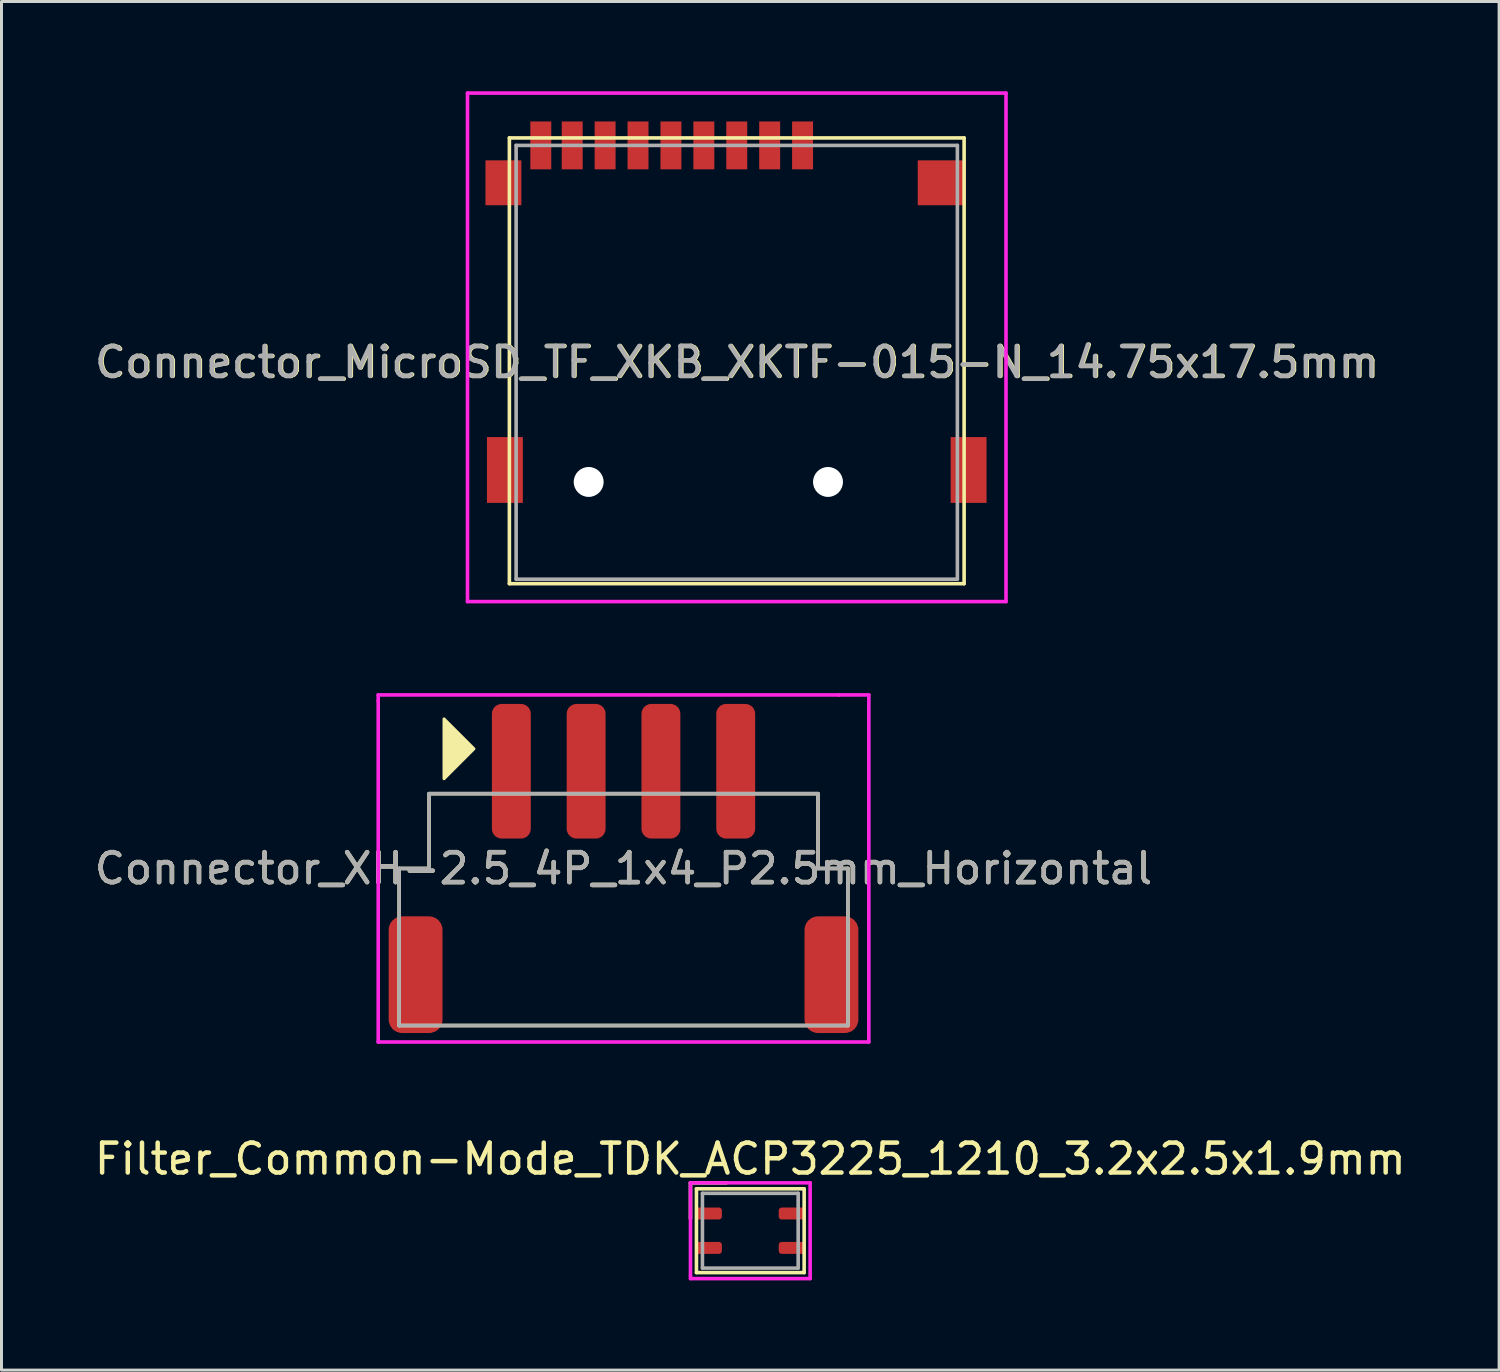
<source format=kicad_pcb>
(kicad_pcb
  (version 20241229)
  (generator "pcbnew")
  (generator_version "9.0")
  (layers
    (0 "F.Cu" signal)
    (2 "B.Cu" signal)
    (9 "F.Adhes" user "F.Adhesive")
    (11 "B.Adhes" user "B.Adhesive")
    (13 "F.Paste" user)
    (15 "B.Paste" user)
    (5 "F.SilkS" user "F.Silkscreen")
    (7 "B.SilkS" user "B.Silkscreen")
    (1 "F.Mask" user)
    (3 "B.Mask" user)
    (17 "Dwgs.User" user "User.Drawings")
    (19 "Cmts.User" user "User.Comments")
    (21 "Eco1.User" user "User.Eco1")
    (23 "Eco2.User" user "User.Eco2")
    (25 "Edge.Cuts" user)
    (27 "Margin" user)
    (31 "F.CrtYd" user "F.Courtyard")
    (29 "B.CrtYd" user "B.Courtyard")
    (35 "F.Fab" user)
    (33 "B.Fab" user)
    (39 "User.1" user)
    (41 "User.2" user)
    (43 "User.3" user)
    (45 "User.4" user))
  (footprint "Connector_MicroSD_TF_XKB_XKTF-015-N_14.75x17.5mm"
    (layer "F.Cu")
    (at 21.577 9.06)
    (property "Reference" "Connector_MicroSD_TF_XKB_XKTF-015-N_14.75x17.5mm" (at 0.03 0 0) (layer "F.SilkS") (effects (font (size 1 1) (thickness 0.15))))
    (attr through_hole)
    (fp_line (start -7.6 -7.5) (end 7.6 -7.5) (stroke (width 0.12) (type solid)) (layer "F.SilkS"))
    (fp_line (start -7.6 7.4) (end -7.6 -7.5) (stroke (width 0.12) (type solid)) (layer "F.SilkS"))
    (fp_line (start 7.6 -7.5) (end 7.6 7.4) (stroke (width 0.12) (type solid)) (layer "F.SilkS"))
    (fp_line (start 7.6 7.4) (end -7.6 7.4) (stroke (width 0.12) (type solid)) (layer "F.SilkS"))
    (fp_line (start -9 -9) (end -9 8) (stroke (width 0.12) (type solid)) (layer "F.CrtYd"))
    (fp_line (start -9 8) (end 9 8) (stroke (width 0.12) (type solid)) (layer "F.CrtYd"))
    (fp_line (start 9 -9) (end -9 -9) (stroke (width 0.12) (type solid)) (layer "F.CrtYd"))
    (fp_line (start 9 8) (end 9 -9) (stroke (width 0.12) (type solid)) (layer "F.CrtYd"))
    (fp_line (start -7.375 -7.25) (end 7.375 -7.25) (stroke (width 0.12) (type solid)) (layer "F.Fab"))
    (fp_line (start -7.375 7.25) (end -7.375 -7.25) (stroke (width 0.12) (type solid)) (layer "F.Fab"))
    (fp_line (start 7.375 -7.25) (end 7.375 7.25) (stroke (width 0.12) (type solid)) (layer "F.Fab"))
    (fp_line (start 7.375 7.25) (end -7.375 7.25) (stroke (width 0.12) (type solid)) (layer "F.Fab"))
    (fp_text user "${REFERENCE}" (at 0 0 0) (layer "F.Fab") (effects (font (size 1 1) (thickness 0.15))))
    (pad "" np_thru_hole circle (at -4.95 4) (size 1 1) (drill 1) (layers "*.Cu" "*.Mask"))
    (pad "" np_thru_hole circle (at 3.05 4) (size 1 1) (drill 1) (layers "*.Cu" "*.Mask"))
    (pad "1" smd rect (at 2.2 -7.25) (size 0.7 1.6) (layers "F.Cu" "F.Mask" "F.Paste"))
    (pad "2" smd rect (at 1.1 -7.25) (size 0.7 1.6) (layers "F.Cu" "F.Mask" "F.Paste"))
    (pad "3" smd rect (at 0 -7.25) (size 0.7 1.6) (layers "F.Cu" "F.Mask" "F.Paste"))
    (pad "4" smd rect (at -1.1 -7.25) (size 0.7 1.6) (layers "F.Cu" "F.Mask" "F.Paste"))
    (pad "5" smd rect (at -2.2 -7.25) (size 0.7 1.6) (layers "F.Cu" "F.Mask" "F.Paste"))
    (pad "6" smd rect (at -3.3 -7.25) (size 0.7 1.6) (layers "F.Cu" "F.Mask" "F.Paste"))
    (pad "7" smd rect (at -4.4 -7.25) (size 0.7 1.6) (layers "F.Cu" "F.Mask" "F.Paste"))
    (pad "8" smd rect (at -5.5 -7.25) (size 0.7 1.6) (layers "F.Cu" "F.Mask" "F.Paste"))
    (pad "9" smd rect (at -6.55 -7.25) (size 0.7 1.6) (layers "F.Cu" "F.Mask" "F.Paste"))
    (pad "10" smd rect (at -7.8 -6) (size 1.2 1.5) (layers "F.Cu" "F.Mask" "F.Paste"))
    (pad "11" smd rect (at -7.75 3.6) (size 1.2 2.2) (layers "F.Cu" "F.Mask" "F.Paste"))
    (pad "12" smd rect (at 6.85 -6) (size 1.6 1.5) (layers "F.Cu" "F.Mask" "F.Paste"))
    (pad "13" smd rect (at 7.75 3.6) (size 1.2 2.2) (layers "F.Cu" "F.Mask" "F.Paste")))
  (footprint "Filter_Common-Mode_TDK_ACP3225_1210_3.2x2.5x1.9mm"
    (layer "F.Cu")
    (at 22.03 38.088)
    (property "Reference" "Filter_Common-Mode_TDK_ACP3225_1210_3.2x2.5x1.9mm" (at 0 -2.4 0) (layer "F.SilkS") (effects (font (size 1 1) (thickness 0.15))))
    (attr through_hole)
    (fp_line (start -2 -1.6) (end -0.8 -1.6) (stroke (width 0.12) (type solid)) (layer "F.SilkS"))
    (fp_line (start -2 -0.4) (end -2 -1.6) (stroke (width 0.12) (type solid)) (layer "F.SilkS"))
    (fp_line (start -1.8 -1.4) (end 1.8 -1.4) (stroke (width 0.12) (type solid)) (layer "F.SilkS"))
    (fp_line (start -1.8 1.4) (end -1.8 -1.4) (stroke (width 0.12) (type solid)) (layer "F.SilkS"))
    (fp_line (start 1.8 -1.4) (end 1.8 1.4) (stroke (width 0.12) (type solid)) (layer "F.SilkS"))
    (fp_line (start 1.8 1.4) (end -1.8 1.4) (stroke (width 0.12) (type solid)) (layer "F.SilkS"))
    (fp_line (start -2 -1.6) (end 2 -1.6) (stroke (width 0.12) (type solid)) (layer "F.CrtYd"))
    (fp_line (start -2 1.5) (end -2 -1.6) (stroke (width 0.12) (type solid)) (layer "F.CrtYd"))
    (fp_line (start -2 1.6) (end -2 1.5) (stroke (width 0.12) (type solid)) (layer "F.CrtYd"))
    (fp_line (start 2 -1.6) (end 2 1.6) (stroke (width 0.12) (type solid)) (layer "F.CrtYd"))
    (fp_line (start 2 1.6) (end -2 1.6) (stroke (width 0.12) (type solid)) (layer "F.CrtYd"))
    (fp_line (start -1.6 -1.25) (end 1.6 -1.25) (stroke (width 0.12) (type solid)) (layer "F.Fab"))
    (fp_line (start -1.6 1.25) (end -1.6 -1.25) (stroke (width 0.12) (type solid)) (layer "F.Fab"))
    (fp_line (start 1.6 -1.25) (end 1.6 1.25) (stroke (width 0.12) (type solid)) (layer "F.Fab"))
    (fp_line (start 1.6 1.25) (end -1.6 1.25) (stroke (width 0.12) (type solid)) (layer "F.Fab"))
    (pad "1" smd roundrect (at -1.4 -0.575 90) (size 0.4 0.9) (layers "F.Cu" "F.Mask" "F.Paste") (roundrect_rratio 0.25))
    (pad "2" smd roundrect (at -1.4 0.575 90) (size 0.4 0.9) (layers "F.Cu" "F.Mask" "F.Paste") (roundrect_rratio 0.25))
    (pad "3" smd roundrect (at 1.4 0.575 90) (size 0.4 0.9) (layers "F.Cu" "F.Mask" "F.Paste") (roundrect_rratio 0.25))
    (pad "4" smd roundrect (at 1.4 -0.575 90) (size 0.4 0.9) (layers "F.Cu" "F.Mask" "F.Paste") (roundrect_rratio 0.25)))
  (footprint "Connector_XH-2.5_4P_1x4_P2.5mm_Horizontal"
    (layer "F.Cu")
    (at 17.792 25.98)
    (property "Reference" "Connector_XH-2.5_4P_1x4_P2.5mm_Horizontal" (at 0 0 0) (layer "F.SilkS") (effects (font (size 1 1) (thickness 0.15))))
    (attr through_hole)
    (fp_line (start -7.5 0) (end -7.5 5.25) (stroke (width 0.12) (type solid)) (layer "F.SilkS"))
    (fp_line (start -7.5 5.25) (end 7.5 5.25) (stroke (width 0.12) (type solid)) (layer "F.SilkS"))
    (fp_line (start -6.5 -2.5) (end -6.5 0) (stroke (width 0.12) (type solid)) (layer "F.SilkS"))
    (fp_line (start -6.5 0) (end -7.5 0) (stroke (width 0.12) (type solid)) (layer "F.SilkS"))
    (fp_line (start 6.5 -2.5) (end -6.5 -2.5) (stroke (width 0.12) (type solid)) (layer "F.SilkS"))
    (fp_line (start 6.5 0) (end 6.5 -2.5) (stroke (width 0.12) (type solid)) (layer "F.SilkS"))
    (fp_line (start 7.5 0) (end 6.5 0) (stroke (width 0.12) (type solid)) (layer "F.SilkS"))
    (fp_line (start 7.5 5.25) (end 7.5 0) (stroke (width 0.12) (type solid)) (layer "F.SilkS"))
    (fp_poly (pts (xy -6 -5) (xy -6 -3) (xy -5 -4)) (stroke (width 0.1) (type solid)) (fill yes) (layer "F.SilkS"))
    (fp_line (start -8.2 -5.8) (end 7.2 -5.8) (stroke (width 0.12) (type solid)) (layer "F.CrtYd"))
    (fp_line (start -8.2 -5.6) (end -8.2 -5.8) (stroke (width 0.12) (type solid)) (layer "F.CrtYd"))
    (fp_line (start -8.2 5.8) (end -8.2 -5.6) (stroke (width 0.12) (type solid)) (layer "F.CrtYd"))
    (fp_line (start 7.2 -5.8) (end 8.2 -5.8) (stroke (width 0.12) (type solid)) (layer "F.CrtYd"))
    (fp_line (start 8.2 -5.8) (end 8.2 5.8) (stroke (width 0.12) (type solid)) (layer "F.CrtYd"))
    (fp_line (start 8.2 5.8) (end -8.2 5.8) (stroke (width 0.12) (type solid)) (layer "F.CrtYd"))
    (fp_line (start -7.5 0) (end -6.5 0) (stroke (width 0.12) (type solid)) (layer "F.Fab"))
    (fp_line (start -7.5 5.25) (end -7.5 0) (stroke (width 0.12) (type solid)) (layer "F.Fab"))
    (fp_line (start -6.5 -2.5) (end 6.5 -2.5) (stroke (width 0.12) (type solid)) (layer "F.Fab"))
    (fp_line (start -6.5 0) (end -6.5 -2.5) (stroke (width 0.12) (type solid)) (layer "F.Fab"))
    (fp_line (start 6.5 -2.5) (end 6.5 0) (stroke (width 0.12) (type solid)) (layer "F.Fab"))
    (fp_line (start 6.5 0) (end 7.5 0) (stroke (width 0.12) (type solid)) (layer "F.Fab"))
    (fp_line (start 7.5 0) (end 7.5 5.25) (stroke (width 0.12) (type solid)) (layer "F.Fab"))
    (fp_line (start 7.5 5.25) (end -7.5 5.25) (stroke (width 0.12) (type solid)) (layer "F.Fab"))
    (fp_text user "${REFERENCE}" (at 0 0 0) (layer "F.Fab") (effects (font (size 1 1) (thickness 0.15))))
    (pad "1" smd roundrect (at -3.75 -3.25 270) (size 4.5 1.3) (layers "F.Cu" "F.Mask" "F.Paste") (roundrect_rratio 0.25))
    (pad "2" smd roundrect (at -1.25 -3.25 270) (size 4.5 1.3) (layers "F.Cu" "F.Mask" "F.Paste") (roundrect_rratio 0.25))
    (pad "3" smd roundrect (at 1.25 -3.25 270) (size 4.5 1.3) (layers "F.Cu" "F.Mask" "F.Paste") (roundrect_rratio 0.25))
    (pad "4" smd roundrect (at 3.75 -3.25 270) (size 4.5 1.3) (layers "F.Cu" "F.Mask" "F.Paste") (roundrect_rratio 0.25))
    (pad "MP" smd roundrect (at -6.95 3.55 90) (size 3.9 1.8) (layers "F.Cu" "F.Mask" "F.Paste") (roundrect_rratio 0.25))
    (pad "MP" smd roundrect (at 6.95 3.55 90) (size 3.9 1.8) (layers "F.Cu" "F.Mask" "F.Paste") (roundrect_rratio 0.25)))
  (gr_rect
    (start -3 -3)
    (end 47.06 42.748)
    (stroke (width 0.1) (type default))
    (fill no)
    (layer "Edge.Cuts")))
</source>
